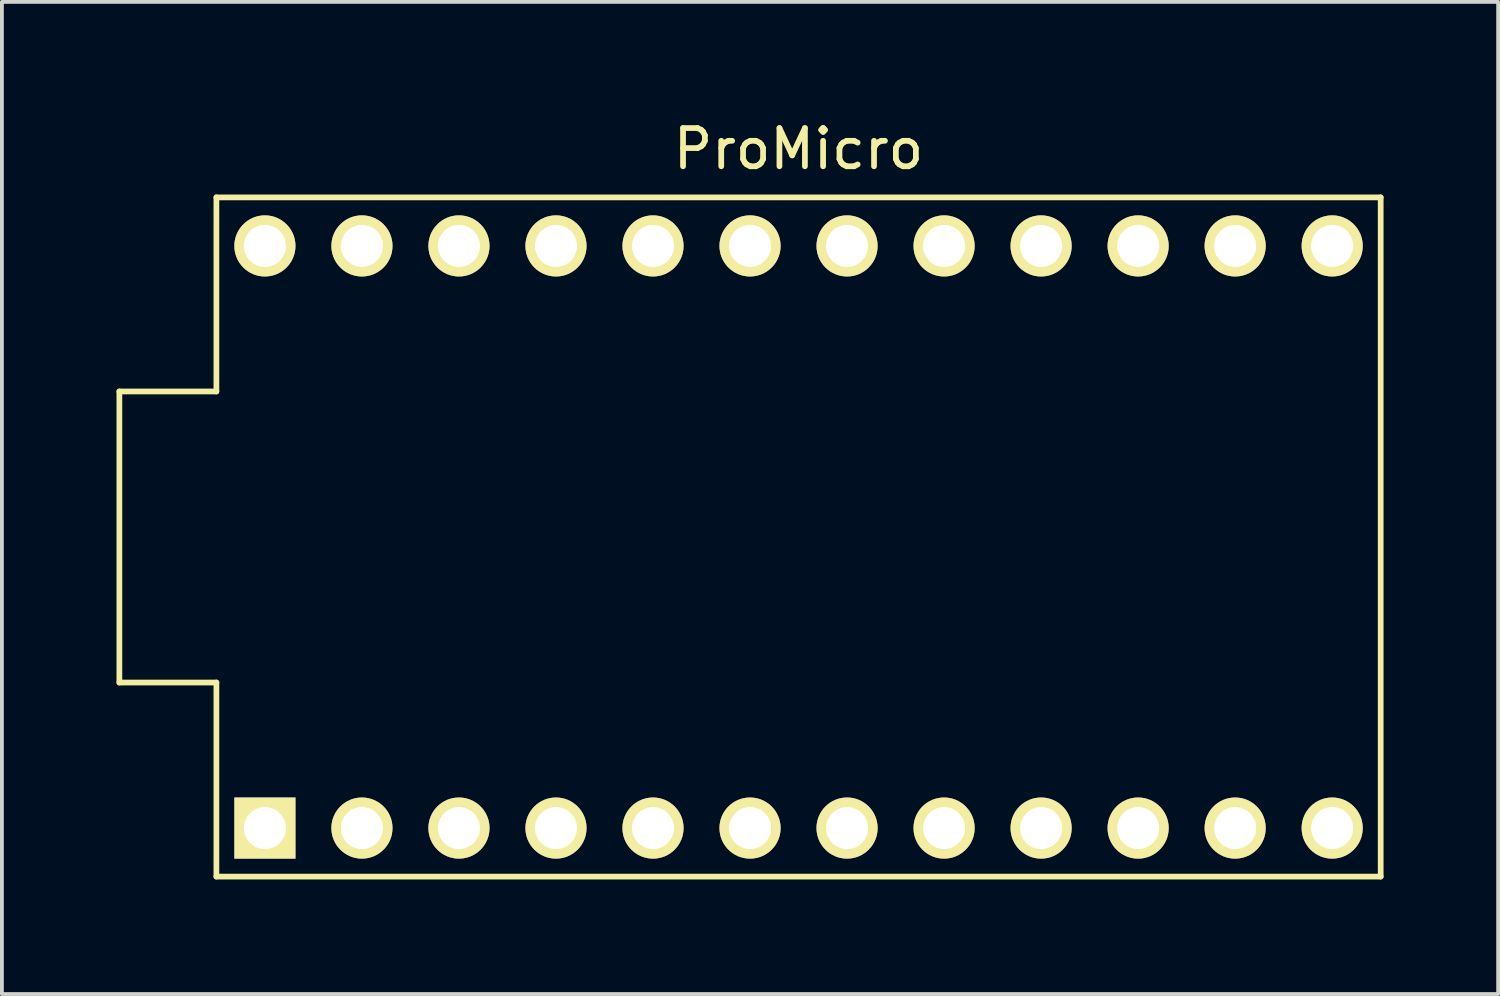
<source format=kicad_pcb>
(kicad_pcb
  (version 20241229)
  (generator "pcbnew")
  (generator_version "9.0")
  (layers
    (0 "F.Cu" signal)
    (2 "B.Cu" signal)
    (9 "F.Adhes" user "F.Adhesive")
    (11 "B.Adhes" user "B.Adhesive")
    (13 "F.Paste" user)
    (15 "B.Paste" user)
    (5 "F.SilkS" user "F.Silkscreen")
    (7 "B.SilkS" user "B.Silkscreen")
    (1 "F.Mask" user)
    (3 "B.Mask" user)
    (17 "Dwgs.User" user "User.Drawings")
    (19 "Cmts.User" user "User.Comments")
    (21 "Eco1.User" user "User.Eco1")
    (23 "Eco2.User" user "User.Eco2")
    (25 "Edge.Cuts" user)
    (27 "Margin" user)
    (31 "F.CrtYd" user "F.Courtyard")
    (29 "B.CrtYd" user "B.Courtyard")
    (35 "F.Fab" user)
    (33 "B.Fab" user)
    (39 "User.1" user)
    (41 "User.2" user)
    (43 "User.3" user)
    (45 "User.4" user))
  (footprint "ProMicro"
    (layer "F.Cu")
    (at 3.885 18.628)
    (property "Reference" "ProMicro" (at 13.97 -17.78 0) (layer "F.SilkS") (effects (font (size 1 1) (thickness 0.15))))
    (attr through_hole)
    (fp_line (start -3.81 -11.43) (end -1.27 -11.43) (stroke (width 0.15) (type solid)) (layer "F.SilkS"))
    (fp_line (start -3.81 -3.81) (end -3.81 -11.43) (stroke (width 0.15) (type solid)) (layer "F.SilkS"))
    (fp_line (start -1.27 -16.51) (end 29.21 -16.51) (stroke (width 0.15) (type solid)) (layer "F.SilkS"))
    (fp_line (start -1.27 -11.43) (end -1.27 -16.51) (stroke (width 0.15) (type solid)) (layer "F.SilkS"))
    (fp_line (start -1.27 -3.81) (end -3.81 -3.81) (stroke (width 0.15) (type solid)) (layer "F.SilkS"))
    (fp_line (start -1.27 1.27) (end -1.27 -3.81) (stroke (width 0.15) (type solid)) (layer "F.SilkS"))
    (fp_line (start -1.27 1.27) (end 29.21 1.27) (stroke (width 0.15) (type solid)) (layer "F.SilkS"))
    (fp_line (start 29.21 -16.51) (end 29.21 1.27) (stroke (width 0.15) (type solid)) (layer "F.SilkS"))
    (pad "1" thru_hole rect (at 0 0) (size 1.6 1.6) (drill 1.1) (layers "*.Cu" "*.Mask" "F.SilkS"))
    (pad "2" thru_hole circle (at 2.54 0) (size 1.6 1.6) (drill 1.1) (layers "*.Cu" "*.Mask" "F.SilkS"))
    (pad "3" thru_hole circle (at 5.08 0) (size 1.6 1.6) (drill 1.1) (layers "*.Cu" "*.Mask" "F.SilkS"))
    (pad "4" thru_hole circle (at 7.62 0) (size 1.6 1.6) (drill 1.1) (layers "*.Cu" "*.Mask" "F.SilkS"))
    (pad "5" thru_hole circle (at 10.16 0) (size 1.6 1.6) (drill 1.1) (layers "*.Cu" "*.Mask" "F.SilkS"))
    (pad "6" thru_hole circle (at 12.7 0) (size 1.6 1.6) (drill 1.1) (layers "*.Cu" "*.Mask" "F.SilkS"))
    (pad "7" thru_hole circle (at 15.24 0) (size 1.6 1.6) (drill 1.1) (layers "*.Cu" "*.Mask" "F.SilkS"))
    (pad "8" thru_hole circle (at 17.78 0) (size 1.6 1.6) (drill 1.1) (layers "*.Cu" "*.Mask" "F.SilkS"))
    (pad "9" thru_hole circle (at 20.32 0) (size 1.6 1.6) (drill 1.1) (layers "*.Cu" "*.Mask" "F.SilkS"))
    (pad "10" thru_hole circle (at 22.86 0) (size 1.6 1.6) (drill 1.1) (layers "*.Cu" "*.Mask" "F.SilkS"))
    (pad "11" thru_hole circle (at 25.4 0) (size 1.6 1.6) (drill 1.1) (layers "*.Cu" "*.Mask" "F.SilkS"))
    (pad "12" thru_hole circle (at 27.94 0) (size 1.6 1.6) (drill 1.1) (layers "*.Cu" "*.Mask" "F.SilkS"))
    (pad "13" thru_hole circle (at 27.94 -15.24) (size 1.6 1.6) (drill 1.1) (layers "*.Cu" "*.Mask" "F.SilkS"))
    (pad "14" thru_hole circle (at 25.4 -15.24) (size 1.6 1.6) (drill 1.1) (layers "*.Cu" "*.Mask" "F.SilkS"))
    (pad "15" thru_hole circle (at 22.86 -15.24) (size 1.6 1.6) (drill 1.1) (layers "*.Cu" "*.Mask" "F.SilkS"))
    (pad "16" thru_hole circle (at 20.32 -15.24) (size 1.6 1.6) (drill 1.1) (layers "*.Cu" "*.Mask" "F.SilkS"))
    (pad "17" thru_hole circle (at 17.78 -15.24) (size 1.6 1.6) (drill 1.1) (layers "*.Cu" "*.Mask" "F.SilkS"))
    (pad "18" thru_hole circle (at 15.24 -15.24) (size 1.6 1.6) (drill 1.1) (layers "*.Cu" "*.Mask" "F.SilkS"))
    (pad "19" thru_hole circle (at 12.7 -15.24) (size 1.6 1.6) (drill 1.1) (layers "*.Cu" "*.Mask" "F.SilkS"))
    (pad "20" thru_hole circle (at 10.16 -15.24) (size 1.6 1.6) (drill 1.1) (layers "*.Cu" "*.Mask" "F.SilkS"))
    (pad "21" thru_hole circle (at 7.62 -15.24) (size 1.6 1.6) (drill 1.1) (layers "*.Cu" "*.Mask" "F.SilkS"))
    (pad "22" thru_hole circle (at 5.08 -15.24) (size 1.6 1.6) (drill 1.1) (layers "*.Cu" "*.Mask" "F.SilkS"))
    (pad "23" thru_hole circle (at 2.54 -15.24) (size 1.6 1.6) (drill 1.1) (layers "*.Cu" "*.Mask" "F.SilkS"))
    (pad "24" thru_hole circle (at 0 -15.24) (size 1.6 1.6) (drill 1.1) (layers "*.Cu" "*.Mask" "F.SilkS")))
  (gr_rect
    (start -3 -3)
    (end 36.17 22.973)
    (stroke (width 0.1) (type default))
    (fill no)
    (layer "Edge.Cuts")))
</source>
